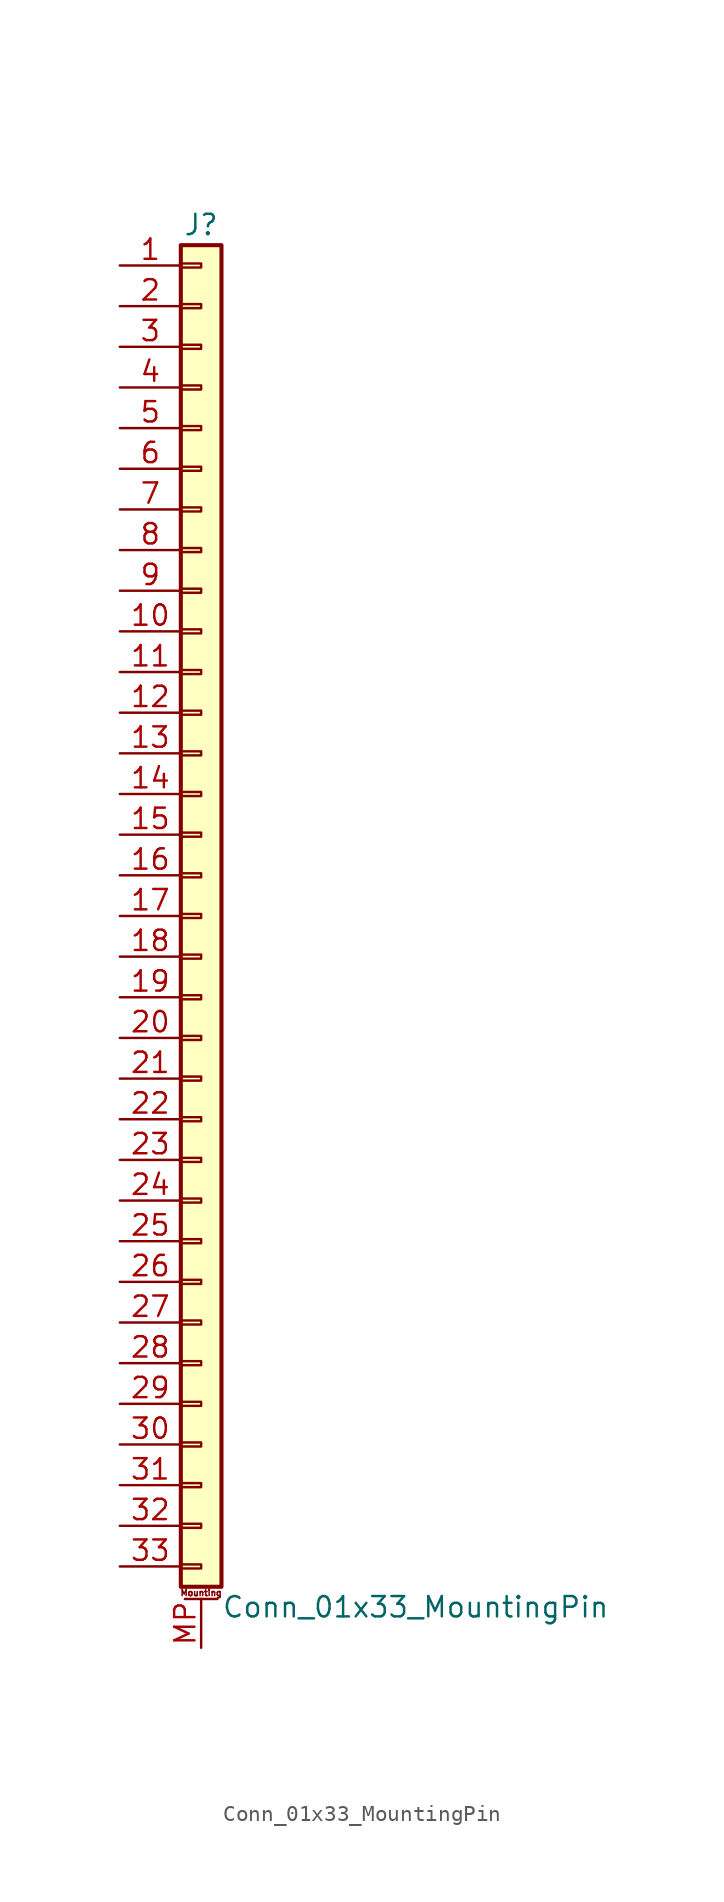
<source format=kicad_sym>
(kicad_symbol_lib
  (version 20211014)
  (generator kicad_symbol_editor)
  (symbol "Conn_01x33_MountingPin"
    (pin_names
      (offset 1.016) hide)
    (property "Reference" "J"
      (at 0 43.18 0)
      (effects (font (size 1.27 1.27))))
    (property "Value" "Conn_01x33_MountingPin"
      (at 1.27 -43.18 0)
      (effects (font (size 1.27 1.27)) (justify left)))
    (symbol "Conn_01x33_MountingPin_1_1"
      (rectangle (start -1.27 -40.513) (end 0 -40.767) (stroke (width 0.152) (type default) (color 0 0 0 0)) (fill (type none)))
      (rectangle (start -1.27 -37.973) (end 0 -38.227) (stroke (width 0.152) (type default) (color 0 0 0 0)) (fill (type none)))
      (rectangle (start -1.27 -35.433) (end 0 -35.687) (stroke (width 0.152) (type default) (color 0 0 0 0)) (fill (type none)))
      (rectangle (start -1.27 -32.893) (end 0 -33.147) (stroke (width 0.152) (type default) (color 0 0 0 0)) (fill (type none)))
      (rectangle (start -1.27 -30.353) (end 0 -30.607) (stroke (width 0.152) (type default) (color 0 0 0 0)) (fill (type none)))
      (rectangle (start -1.27 -27.813) (end 0 -28.067) (stroke (width 0.152) (type default) (color 0 0 0 0)) (fill (type none)))
      (rectangle (start -1.27 -25.273) (end 0 -25.527) (stroke (width 0.152) (type default) (color 0 0 0 0)) (fill (type none)))
      (rectangle (start -1.27 -22.733) (end 0 -22.987) (stroke (width 0.152) (type default) (color 0 0 0 0)) (fill (type none)))
      (rectangle (start -1.27 -20.193) (end 0 -20.447) (stroke (width 0.152) (type default) (color 0 0 0 0)) (fill (type none)))
      (rectangle (start -1.27 -17.653) (end 0 -17.907) (stroke (width 0.152) (type default) (color 0 0 0 0)) (fill (type none)))
      (rectangle (start -1.27 -15.113) (end 0 -15.367) (stroke (width 0.152) (type default) (color 0 0 0 0)) (fill (type none)))
      (rectangle (start -1.27 -12.573) (end 0 -12.827) (stroke (width 0.152) (type default) (color 0 0 0 0)) (fill (type none)))
      (rectangle (start -1.27 -10.033) (end 0 -10.287) (stroke (width 0.152) (type default) (color 0 0 0 0)) (fill (type none)))
      (rectangle (start -1.27 -7.493) (end 0 -7.747) (stroke (width 0.152) (type default) (color 0 0 0 0)) (fill (type none)))
      (rectangle (start -1.27 -4.953) (end 0 -5.207) (stroke (width 0.152) (type default) (color 0 0 0 0)) (fill (type none)))
      (rectangle (start -1.27 -2.413) (end 0 -2.667) (stroke (width 0.152) (type default) (color 0 0 0 0)) (fill (type none)))
      (rectangle (start -1.27 0.127) (end 0 -0.127) (stroke (width 0.152) (type default) (color 0 0 0 0)) (fill (type none)))
      (rectangle (start -1.27 2.667) (end 0 2.413) (stroke (width 0.152) (type default) (color 0 0 0 0)) (fill (type none)))
      (rectangle (start -1.27 5.207) (end 0 4.953) (stroke (width 0.152) (type default) (color 0 0 0 0)) (fill (type none)))
      (rectangle (start -1.27 7.747) (end 0 7.493) (stroke (width 0.152) (type default) (color 0 0 0 0)) (fill (type none)))
      (rectangle (start -1.27 10.287) (end 0 10.033) (stroke (width 0.152) (type default) (color 0 0 0 0)) (fill (type none)))
      (rectangle (start -1.27 12.827) (end 0 12.573) (stroke (width 0.152) (type default) (color 0 0 0 0)) (fill (type none)))
      (rectangle (start -1.27 15.367) (end 0 15.113) (stroke (width 0.152) (type default) (color 0 0 0 0)) (fill (type none)))
      (rectangle (start -1.27 17.907) (end 0 17.653) (stroke (width 0.152) (type default) (color 0 0 0 0)) (fill (type none)))
      (rectangle (start -1.27 20.447) (end 0 20.193) (stroke (width 0.152) (type default) (color 0 0 0 0)) (fill (type none)))
      (rectangle (start -1.27 22.987) (end 0 22.733) (stroke (width 0.152) (type default) (color 0 0 0 0)) (fill (type none)))
      (rectangle (start -1.27 25.527) (end 0 25.273) (stroke (width 0.152) (type default) (color 0 0 0 0)) (fill (type none)))
      (rectangle (start -1.27 28.067) (end 0 27.813) (stroke (width 0.152) (type default) (color 0 0 0 0)) (fill (type none)))
      (rectangle (start -1.27 30.607) (end 0 30.353) (stroke (width 0.152) (type default) (color 0 0 0 0)) (fill (type none)))
      (rectangle (start -1.27 33.147) (end 0 32.893) (stroke (width 0.152) (type default) (color 0 0 0 0)) (fill (type none)))
      (rectangle (start -1.27 35.687) (end 0 35.433) (stroke (width 0.152) (type default) (color 0 0 0 0)) (fill (type none)))
      (rectangle (start -1.27 38.227) (end 0 37.973) (stroke (width 0.152) (type default) (color 0 0 0 0)) (fill (type none)))
      (rectangle (start -1.27 40.767) (end 0 40.513) (stroke (width 0.152) (type default) (color 0 0 0 0)) (fill (type none)))
      (rectangle (start -1.27 41.91) (end 1.27 -41.91) (stroke (width 0.254) (type default) (color 0 0 0 0)) (fill (type background)))
      (polyline (pts (xy -1.016 -42.672) (xy 1.016 -42.672)) (stroke (width 0.152) (type default) (color 0 0 0 0)) (fill (type none)))
      (text "Mounting" (at 0 -42.291 0) (effects (font (size 0.381 0.381))))
      (pin passive line (at -5.08 40.64 0) (length 3.81) (name "Pin_1" (effects (font (size 1.27 1.27)))) (number "1" (effects (font (size 1.27 1.27)))))
      (pin passive line (at -5.08 17.78 0) (length 3.81) (name "Pin_10" (effects (font (size 1.27 1.27)))) (number "10" (effects (font (size 1.27 1.27)))))
      (pin passive line (at -5.08 15.24 0) (length 3.81) (name "Pin_11" (effects (font (size 1.27 1.27)))) (number "11" (effects (font (size 1.27 1.27)))))
      (pin passive line (at -5.08 12.7 0) (length 3.81) (name "Pin_12" (effects (font (size 1.27 1.27)))) (number "12" (effects (font (size 1.27 1.27)))))
      (pin passive line (at -5.08 10.16 0) (length 3.81) (name "Pin_13" (effects (font (size 1.27 1.27)))) (number "13" (effects (font (size 1.27 1.27)))))
      (pin passive line (at -5.08 7.62 0) (length 3.81) (name "Pin_14" (effects (font (size 1.27 1.27)))) (number "14" (effects (font (size 1.27 1.27)))))
      (pin passive line (at -5.08 5.08 0) (length 3.81) (name "Pin_15" (effects (font (size 1.27 1.27)))) (number "15" (effects (font (size 1.27 1.27)))))
      (pin passive line (at -5.08 2.54 0) (length 3.81) (name "Pin_16" (effects (font (size 1.27 1.27)))) (number "16" (effects (font (size 1.27 1.27)))))
      (pin passive line (at -5.08 0 0) (length 3.81) (name "Pin_17" (effects (font (size 1.27 1.27)))) (number "17" (effects (font (size 1.27 1.27)))))
      (pin passive line (at -5.08 -2.54 0) (length 3.81) (name "Pin_18" (effects (font (size 1.27 1.27)))) (number "18" (effects (font (size 1.27 1.27)))))
      (pin passive line (at -5.08 -5.08 0) (length 3.81) (name "Pin_19" (effects (font (size 1.27 1.27)))) (number "19" (effects (font (size 1.27 1.27)))))
      (pin passive line (at -5.08 38.1 0) (length 3.81) (name "Pin_2" (effects (font (size 1.27 1.27)))) (number "2" (effects (font (size 1.27 1.27)))))
      (pin passive line (at -5.08 -7.62 0) (length 3.81) (name "Pin_20" (effects (font (size 1.27 1.27)))) (number "20" (effects (font (size 1.27 1.27)))))
      (pin passive line (at -5.08 -10.16 0) (length 3.81) (name "Pin_21" (effects (font (size 1.27 1.27)))) (number "21" (effects (font (size 1.27 1.27)))))
      (pin passive line (at -5.08 -12.7 0) (length 3.81) (name "Pin_22" (effects (font (size 1.27 1.27)))) (number "22" (effects (font (size 1.27 1.27)))))
      (pin passive line (at -5.08 -15.24 0) (length 3.81) (name "Pin_23" (effects (font (size 1.27 1.27)))) (number "23" (effects (font (size 1.27 1.27)))))
      (pin passive line (at -5.08 -17.78 0) (length 3.81) (name "Pin_24" (effects (font (size 1.27 1.27)))) (number "24" (effects (font (size 1.27 1.27)))))
      (pin passive line (at -5.08 -20.32 0) (length 3.81) (name "Pin_25" (effects (font (size 1.27 1.27)))) (number "25" (effects (font (size 1.27 1.27)))))
      (pin passive line (at -5.08 -22.86 0) (length 3.81) (name "Pin_26" (effects (font (size 1.27 1.27)))) (number "26" (effects (font (size 1.27 1.27)))))
      (pin passive line (at -5.08 -25.4 0) (length 3.81) (name "Pin_27" (effects (font (size 1.27 1.27)))) (number "27" (effects (font (size 1.27 1.27)))))
      (pin passive line (at -5.08 -27.94 0) (length 3.81) (name "Pin_28" (effects (font (size 1.27 1.27)))) (number "28" (effects (font (size 1.27 1.27)))))
      (pin passive line (at -5.08 -30.48 0) (length 3.81) (name "Pin_29" (effects (font (size 1.27 1.27)))) (number "29" (effects (font (size 1.27 1.27)))))
      (pin passive line (at -5.08 35.56 0) (length 3.81) (name "Pin_3" (effects (font (size 1.27 1.27)))) (number "3" (effects (font (size 1.27 1.27)))))
      (pin passive line (at -5.08 -33.02 0) (length 3.81) (name "Pin_30" (effects (font (size 1.27 1.27)))) (number "30" (effects (font (size 1.27 1.27)))))
      (pin passive line (at -5.08 -35.56 0) (length 3.81) (name "Pin_31" (effects (font (size 1.27 1.27)))) (number "31" (effects (font (size 1.27 1.27)))))
      (pin passive line (at -5.08 -38.1 0) (length 3.81) (name "Pin_32" (effects (font (size 1.27 1.27)))) (number "32" (effects (font (size 1.27 1.27)))))
      (pin passive line (at -5.08 -40.64 0) (length 3.81) (name "Pin_33" (effects (font (size 1.27 1.27)))) (number "33" (effects (font (size 1.27 1.27)))))
      (pin passive line (at -5.08 33.02 0) (length 3.81) (name "Pin_4" (effects (font (size 1.27 1.27)))) (number "4" (effects (font (size 1.27 1.27)))))
      (pin passive line (at -5.08 30.48 0) (length 3.81) (name "Pin_5" (effects (font (size 1.27 1.27)))) (number "5" (effects (font (size 1.27 1.27)))))
      (pin passive line (at -5.08 27.94 0) (length 3.81) (name "Pin_6" (effects (font (size 1.27 1.27)))) (number "6" (effects (font (size 1.27 1.27)))))
      (pin passive line (at -5.08 25.4 0) (length 3.81) (name "Pin_7" (effects (font (size 1.27 1.27)))) (number "7" (effects (font (size 1.27 1.27)))))
      (pin passive line (at -5.08 22.86 0) (length 3.81) (name "Pin_8" (effects (font (size 1.27 1.27)))) (number "8" (effects (font (size 1.27 1.27)))))
      (pin passive line (at -5.08 20.32 0) (length 3.81) (name "Pin_9" (effects (font (size 1.27 1.27)))) (number "9" (effects (font (size 1.27 1.27)))))
      (pin passive line (at 0 -45.72 90) (length 3.048) (name "MountPin" (effects (font (size 1.27 1.27)))) (number "MP" (effects (font (size 1.27 1.27))))))))
</source>
